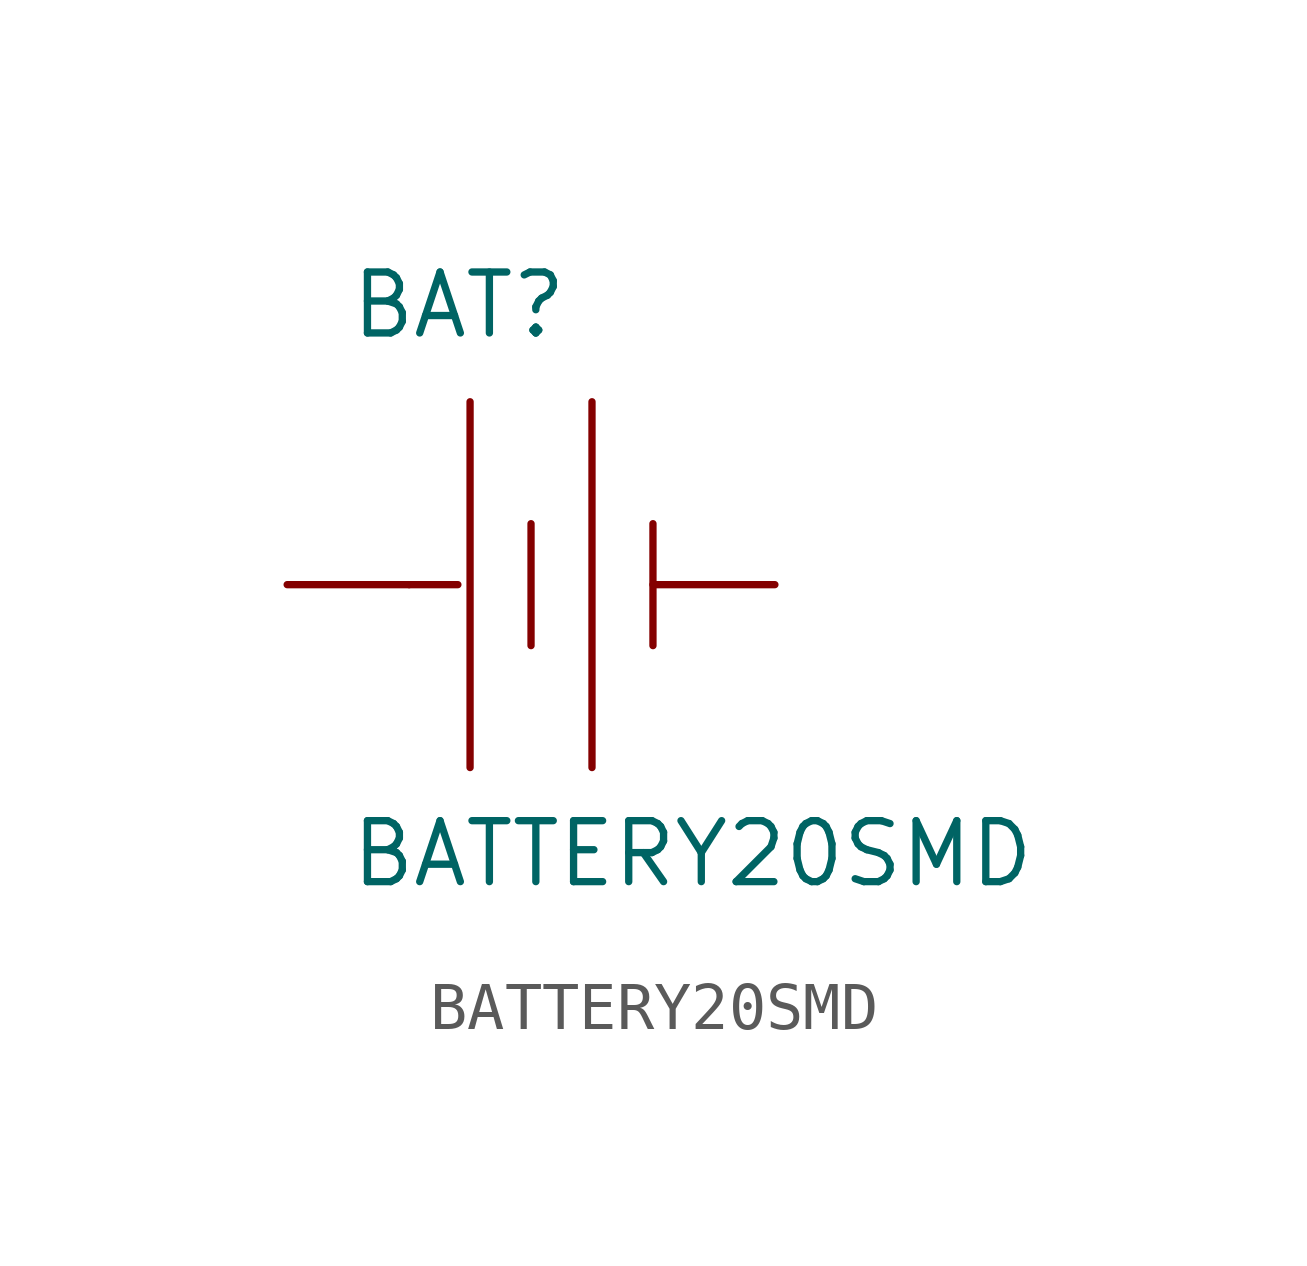
<source format=kicad_sym>
(kicad_symbol_lib
  (version 20211014)
  (generator kicad_symbol_editor)
  (symbol "BATTERY20SMD"
    (pin_numbers hide)
    (pin_names
      (offset 1.016) hide)
    (property "Reference" "BAT"
      (at -3.81 5.08 0)
      (effects (font (size 1.27 1.27)) (justify left bottom)))
    (property "Value" "BATTERY20SMD"
      (at -3.81 -6.35 0)
      (effects (font (size 1.27 1.27)) (justify left bottom)))
    (property "ki_locked" ""
      (at 0 0 0)
      (effects (font (size 1.27 1.27))))
    (symbol "BATTERY20SMD_1_0"
      (polyline (pts (xy -2.54 0) (xy -1.524 0)) (stroke (width 0) (type default) (color 0 0 0 0)) (fill (type none)))
      (polyline (pts (xy -1.27 3.81) (xy -1.27 -3.81)) (stroke (width 0) (type default) (color 0 0 0 0)) (fill (type none)))
      (polyline (pts (xy 0 1.27) (xy 0 -1.27)) (stroke (width 0) (type default) (color 0 0 0 0)) (fill (type none)))
      (polyline (pts (xy 1.27 3.81) (xy 1.27 -3.81)) (stroke (width 0) (type default) (color 0 0 0 0)) (fill (type none)))
      (polyline (pts (xy 2.54 1.27) (xy 2.54 -1.27)) (stroke (width 0) (type default) (color 0 0 0 0)) (fill (type none))))
    (symbol "BATTERY20SMD_1_1"
      (pin power_in line (at -5.08 0 0) (length 2.54) (name "+" (effects (font (size 1.016 1.016)))) (number "1" (effects (font (size 1.016 1.016)))))
      (pin power_in line (at 5.08 0 180) (length 2.54) (name "-" (effects (font (size 1.016 1.016)))) (number "2" (effects (font (size 1.016 1.016))))))))
</source>
